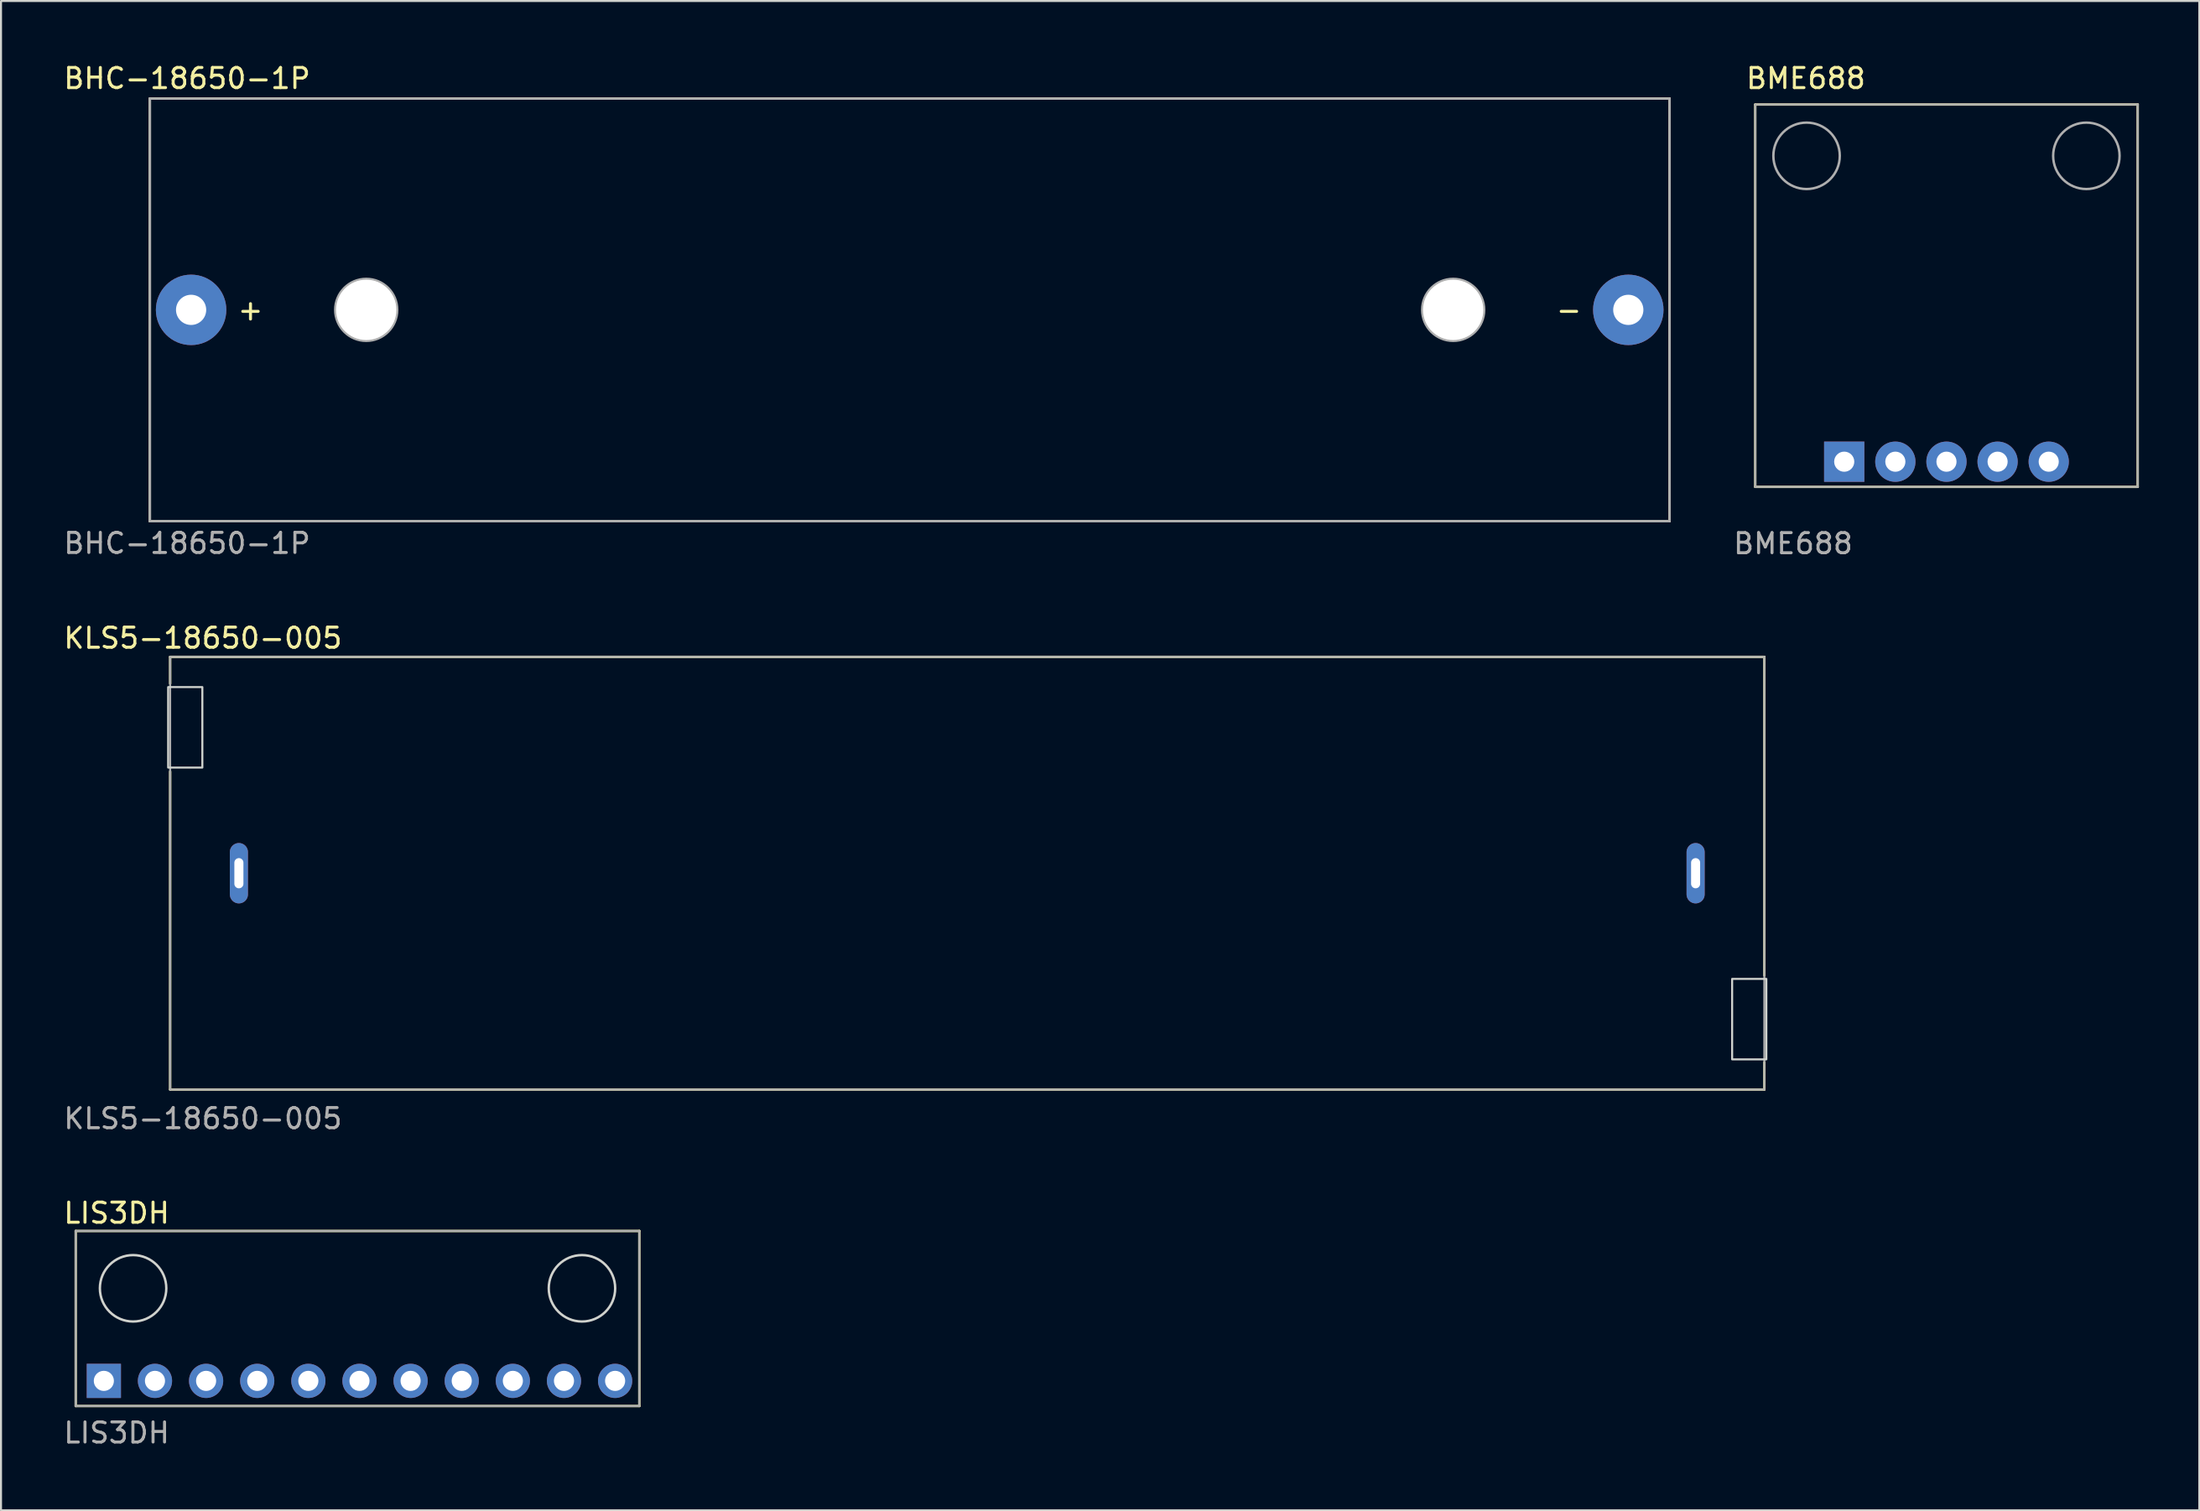
<source format=kicad_pcb>
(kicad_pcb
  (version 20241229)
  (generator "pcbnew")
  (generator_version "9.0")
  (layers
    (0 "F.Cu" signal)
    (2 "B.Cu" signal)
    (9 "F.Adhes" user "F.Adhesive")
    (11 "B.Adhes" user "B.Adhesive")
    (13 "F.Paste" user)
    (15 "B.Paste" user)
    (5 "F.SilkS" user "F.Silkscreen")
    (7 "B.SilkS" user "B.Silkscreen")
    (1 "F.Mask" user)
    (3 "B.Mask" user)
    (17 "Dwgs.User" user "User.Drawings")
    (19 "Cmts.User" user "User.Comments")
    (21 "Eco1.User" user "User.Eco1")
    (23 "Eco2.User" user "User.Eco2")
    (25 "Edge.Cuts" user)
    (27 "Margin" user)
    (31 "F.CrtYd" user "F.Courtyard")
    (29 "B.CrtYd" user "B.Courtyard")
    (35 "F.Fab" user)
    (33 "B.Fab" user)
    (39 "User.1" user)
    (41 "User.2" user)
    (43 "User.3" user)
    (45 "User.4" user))
  (footprint "BME688"
    (layer "F.Cu")
    (at 93.651 11.643)
    (property "Reference" "BME688" (at -6.985 -10.795 0) (unlocked yes) (layer "F.SilkS") (effects (font (size 1 1) (thickness 0.15))))
    (attr through_hole)
    (fp_line (start -9.5 -9.5) (end -9.5 9.5) (stroke (width 0.12) (type solid)) (layer "F.SilkS"))
    (fp_line (start -9.5 -9.5) (end 9.5 -9.5) (stroke (width 0.12) (type solid)) (layer "F.SilkS"))
    (fp_line (start -9.5 9.5) (end 9.5 9.5) (stroke (width 0.12) (type solid)) (layer "F.SilkS"))
    (fp_line (start 9.5 -9.5) (end 9.5 9.5) (stroke (width 0.12) (type solid)) (layer "F.SilkS"))
    (fp_line (start -9.5 -9.5) (end -9.5 9.5) (stroke (width 0.1) (type solid)) (layer "F.Fab"))
    (fp_line (start -9.5 -9.5) (end 9.5 -9.5) (stroke (width 0.1) (type solid)) (layer "F.Fab"))
    (fp_line (start -9.5 9.5) (end 9.5 9.5) (stroke (width 0.1) (type solid)) (layer "F.Fab"))
    (fp_line (start 9.5 -9.5) (end 9.5 9.5) (stroke (width 0.1) (type solid)) (layer "F.Fab"))
    (fp_circle (center -6.95 -6.95) (end -5.3 -6.95) (stroke (width 0.12) (type solid)) (fill no) (layer "F.Fab"))
    (fp_circle (center 6.95 -6.95) (end 8.6 -6.95) (stroke (width 0.12) (type solid)) (fill no) (layer "F.Fab"))
    (fp_text user "${REFERENCE}" (at -7.62 12.319 0) (unlocked yes) (layer "F.Fab") (effects (font (size 1 1) (thickness 0.15))))
    (pad "1" thru_hole rect (at -5.08 8.25 90) (size 2 2) (drill 1) (layers "*.Cu" "*.Mask"))
    (pad "2" thru_hole oval (at -2.54 8.25 90) (size 2 2) (drill 1) (layers "*.Cu" "*.Mask"))
    (pad "3" thru_hole oval (at 0 8.25 90) (size 2 2) (drill 1) (layers "*.Cu" "*.Mask"))
    (pad "4" thru_hole oval (at 2.54 8.25 90) (size 2 2) (drill 1) (layers "*.Cu" "*.Mask"))
    (pad "5" thru_hole oval (at 5.08 8.25 90) (size 2 2) (drill 1) (layers "*.Cu" "*.Mask")))
  (footprint "KLS5-18650-005"
    (layer "F.Cu")
    (at 45.003 40.343)
    (property "Reference" "KLS5-18650-005" (at -37.973 -11.684 0) (unlocked yes) (layer "F.SilkS") (effects (font (size 1 1) (thickness 0.15))))
    (attr through_hole)
    (fp_line (start -39.6 -10.75) (end -39.599 -9.423) (stroke (width 0.12) (type solid)) (layer "F.SilkS"))
    (fp_line (start -39.6 -10.75) (end 39.6 -10.75) (stroke (width 0.12) (type solid)) (layer "F.SilkS"))
    (fp_line (start -39.6 10.75) (end 39.6 10.75) (stroke (width 0.12) (type solid)) (layer "F.SilkS"))
    (fp_line (start -39.599 -5.055) (end -39.6 10.75) (stroke (width 0.12) (type solid)) (layer "F.SilkS"))
    (fp_line (start 39.6 -10.75) (end 39.6 5.08) (stroke (width 0.12) (type solid)) (layer "F.SilkS"))
    (fp_line (start 39.6 9.398) (end 39.6 10.75) (stroke (width 0.12) (type solid)) (layer "F.SilkS"))
    (fp_rect (start -39.7 -9.25) (end -38 -5.25) (stroke (width 0.1) (type solid)) (fill no) (layer "Edge.Cuts"))
    (fp_rect (start 39.7 9.25) (end 38 5.25) (stroke (width 0.1) (type solid)) (fill no) (layer "Edge.Cuts"))
    (fp_line (start -39.6 -10.75) (end -39.6 10.75) (stroke (width 0.1) (type solid)) (layer "F.Fab"))
    (fp_line (start -39.6 -10.75) (end 39.6 -10.75) (stroke (width 0.1) (type solid)) (layer "F.Fab"))
    (fp_line (start -39.6 10.75) (end 39.6 10.75) (stroke (width 0.1) (type solid)) (layer "F.Fab"))
    (fp_line (start 39.6 -10.75) (end 39.6 10.75) (stroke (width 0.1) (type solid)) (layer "F.Fab"))
    (fp_text user "${REFERENCE}" (at -37.973 12.192 0) (unlocked yes) (layer "F.Fab") (effects (font (size 1 1) (thickness 0.15))))
    (pad "1" thru_hole oval (at -36.185 0) (size 0.9 3) (drill oval 0.45 1.5) (layers "*.Cu" "*.Mask"))
    (pad "2" thru_hole oval (at 36.185 0) (size 0.9 3) (drill oval 0.45 1.5) (layers "*.Cu" "*.Mask")))
  (footprint "BHC-18650-1P"
    (layer "F.Cu")
    (at 42.144 12.348)
    (property "Reference" "BHC-18650-1P" (at -35.9 -11.5 0) (unlocked yes) (layer "F.SilkS") (effects (font (size 1 1) (thickness 0.15))))
    (attr through_hole)
    (fp_line (start -37.75 -10.5) (end 37.75 -10.5) (stroke (width 0.12) (type solid)) (layer "F.SilkS"))
    (fp_line (start -37.75 10.5) (end -37.75 -10.5) (stroke (width 0.12) (type solid)) (layer "F.SilkS"))
    (fp_line (start -37.75 10.5) (end 37.75 10.5) (stroke (width 0.12) (type solid)) (layer "F.SilkS"))
    (fp_line (start 37.75 10.5) (end 37.75 -10.5) (stroke (width 0.12) (type solid)) (layer "F.SilkS"))
    (fp_line (start -37.75 -10.5) (end 37.75 -10.5) (stroke (width 0.12) (type solid)) (layer "F.Fab"))
    (fp_line (start -37.75 10.5) (end -37.75 -10.5) (stroke (width 0.12) (type solid)) (layer "F.Fab"))
    (fp_line (start -37.75 10.5) (end 37.75 10.5) (stroke (width 0.12) (type solid)) (layer "F.Fab"))
    (fp_line (start 37.75 10.5) (end 37.75 -10.5) (stroke (width 0.12) (type solid)) (layer "F.Fab"))
    (fp_circle (center -27 0) (end -25.5 0) (stroke (width 0.2) (type solid)) (fill no) (layer "F.Fab"))
    (fp_circle (center 27 0) (end 28.5 0) (stroke (width 0.2) (type solid)) (fill no) (layer "F.Fab"))
    (fp_text user "-" (at 32.75 0 0) (unlocked yes) (layer "F.SilkS") (effects (font (size 1 1) (thickness 0.15))))
    (fp_text user "+" (at -32.75 0 0) (unlocked yes) (layer "F.SilkS") (effects (font (size 1 1) (thickness 0.15))))
    (fp_text user "${REFERENCE}" (at -35.9 11.6 0) (unlocked yes) (layer "F.Fab") (effects (font (size 1 1) (thickness 0.15))))
    (pad "" np_thru_hole circle (at -27 0) (size 3 3) (drill 3) (layers "*.Cu" "*.Mask"))
    (pad "" np_thru_hole circle (at 27 0) (size 3 3) (drill 3) (layers "*.Cu" "*.Mask"))
    (pad "1" thru_hole oval (at -35.7 0) (size 3.5 3.5) (drill 1.5) (layers "*.Cu" "*.Mask"))
    (pad "2" thru_hole oval (at 35.7 0) (size 3.5 3.5) (drill 1.5) (layers "*.Cu" "*.Mask")))
  (footprint "LIS3DH"
    (layer "F.Cu")
    (at 0.712 58.12)
    (property "Reference" "LIS3DH" (at 2.032 -0.889 0) (unlocked yes) (layer "F.SilkS") (effects (font (size 1 1) (thickness 0.15))))
    (attr through_hole)
    (fp_line (start 0 0) (end 0 8.7) (stroke (width 0.12) (type solid)) (layer "F.SilkS"))
    (fp_line (start 0 0) (end 28 0) (stroke (width 0.12) (type solid)) (layer "F.SilkS"))
    (fp_line (start 0 8.7) (end 28 8.7) (stroke (width 0.12) (type solid)) (layer "F.SilkS"))
    (fp_line (start 28 8.7) (end 28 0) (stroke (width 0.12) (type solid)) (layer "F.SilkS"))
    (fp_circle (center 2.85 2.85) (end 4.5 2.85) (stroke (width 0.12) (type solid)) (fill no) (layer "Edge.Cuts"))
    (fp_circle (center 25.15 2.85) (end 26.8 2.85) (stroke (width 0.12) (type solid)) (fill no) (layer "Edge.Cuts"))
    (fp_line (start 0 0) (end 0 8.7) (stroke (width 0.1) (type solid)) (layer "F.Fab"))
    (fp_line (start 0 0) (end 28 0) (stroke (width 0.1) (type solid)) (layer "F.Fab"))
    (fp_line (start 0 8.7) (end 28 8.7) (stroke (width 0.1) (type solid)) (layer "F.Fab"))
    (fp_line (start 28 8.7) (end 28 0) (stroke (width 0.1) (type solid)) (layer "F.Fab"))
    (fp_text user "${REFERENCE}" (at 2.032 10.033 0) (unlocked yes) (layer "F.Fab") (effects (font (size 1 1) (thickness 0.15))))
    (pad "1" thru_hole rect (at 1.397 7.45 90) (size 1.7 1.7) (drill 1) (layers "*.Cu" "*.Mask"))
    (pad "2" thru_hole oval (at 3.937 7.45 90) (size 1.7 1.7) (drill 1) (layers "*.Cu" "B.Mask"))
    (pad "3" thru_hole oval (at 6.477 7.45 90) (size 1.7 1.7) (drill 1) (layers "*.Cu" "*.Mask"))
    (pad "4" thru_hole oval (at 9.017 7.45 90) (size 1.7 1.7) (drill 1) (layers "*.Cu" "*.Mask"))
    (pad "5" thru_hole oval (at 11.557 7.45 90) (size 1.7 1.7) (drill 1) (layers "*.Cu" "*.Mask"))
    (pad "6" thru_hole oval (at 14.097 7.45 90) (size 1.7 1.7) (drill 1) (layers "*.Cu" "*.Mask"))
    (pad "7" thru_hole oval (at 16.637 7.45 90) (size 1.7 1.7) (drill 1) (layers "*.Cu" "*.Mask"))
    (pad "8" thru_hole oval (at 19.177 7.45 90) (size 1.7 1.7) (drill 1) (layers "*.Cu" "*.Mask"))
    (pad "9" thru_hole oval (at 21.717 7.45 90) (size 1.7 1.7) (drill 1) (layers "*.Cu" "*.Mask"))
    (pad "10" thru_hole oval (at 24.257 7.45 90) (size 1.7 1.7) (drill 1) (layers "*.Cu" "*.Mask"))
    (pad "11" thru_hole oval (at 26.797 7.45 90) (size 1.7 1.7) (drill 1) (layers "*.Cu" "*.Mask")))
  (gr_rect
    (start -3 -3)
    (end 106.211 72.001)
    (stroke (width 0.1) (type default))
    (fill no)
    (layer "Edge.Cuts")))
</source>
